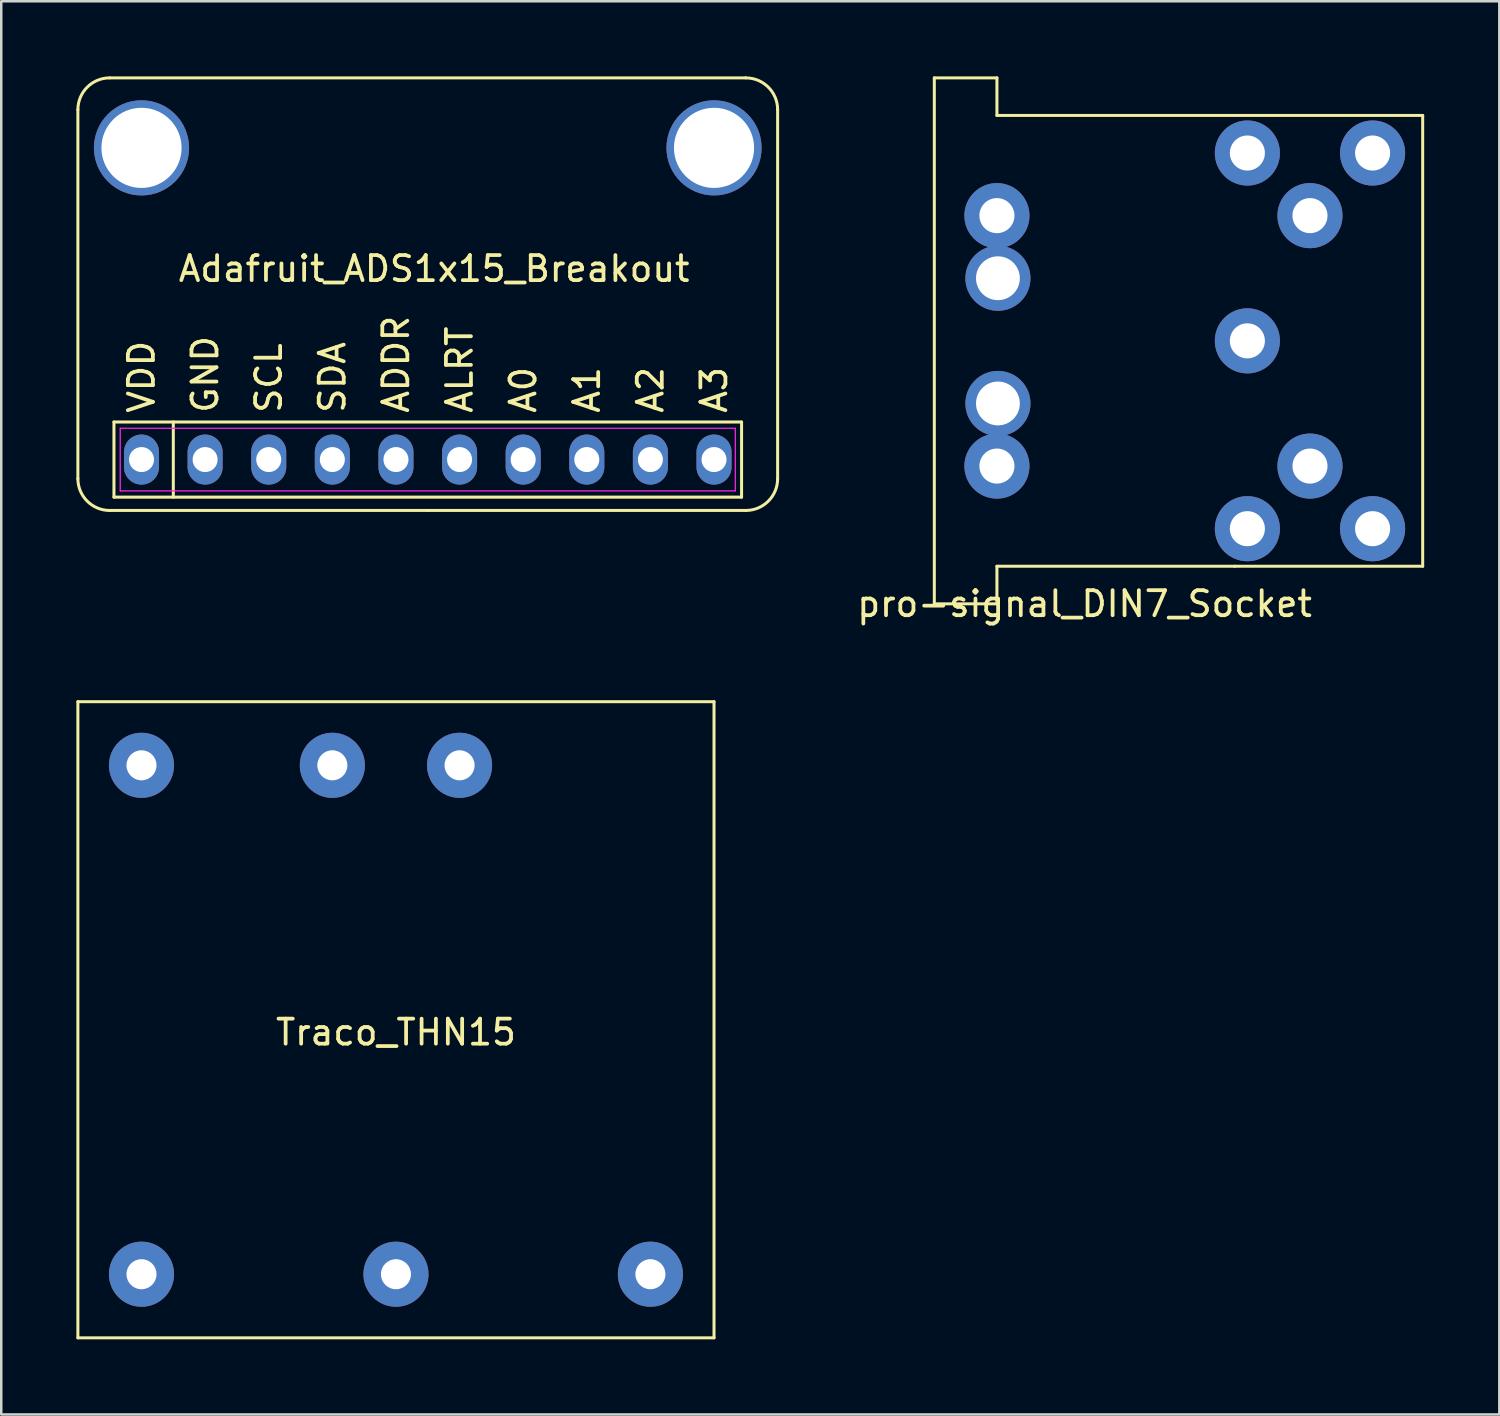
<source format=kicad_pcb>
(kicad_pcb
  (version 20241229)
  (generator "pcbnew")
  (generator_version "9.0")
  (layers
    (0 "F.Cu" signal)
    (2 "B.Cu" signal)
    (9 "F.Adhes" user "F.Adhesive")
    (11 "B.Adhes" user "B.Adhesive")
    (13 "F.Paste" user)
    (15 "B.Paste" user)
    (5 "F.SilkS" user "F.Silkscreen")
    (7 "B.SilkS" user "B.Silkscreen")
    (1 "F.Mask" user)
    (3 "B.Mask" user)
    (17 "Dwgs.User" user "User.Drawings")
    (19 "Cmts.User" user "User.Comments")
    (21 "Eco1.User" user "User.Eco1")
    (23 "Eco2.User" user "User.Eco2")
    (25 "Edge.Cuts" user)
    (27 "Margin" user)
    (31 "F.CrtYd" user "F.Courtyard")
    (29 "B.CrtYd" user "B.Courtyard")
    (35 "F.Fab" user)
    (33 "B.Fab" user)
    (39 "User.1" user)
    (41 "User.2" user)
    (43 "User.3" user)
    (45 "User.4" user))
  (footprint "pro-signal_DIN7_Socket"
    (layer "F.Cu")
    (at 34.256 10.56)
    (property "Reference" "pro-signal_DIN7_Socket" (at 6 10.5 0) (layer "F.SilkS") (effects (font (size 1 1) (thickness 0.15))))
    (attr through_hole)
    (fp_line (start 0 -10.5) (end 2.5 -10.5) (stroke (width 0.12) (type solid)) (layer "F.SilkS"))
    (fp_line (start 0 10.5) (end 0 -10.5) (stroke (width 0.12) (type solid)) (layer "F.SilkS"))
    (fp_line (start 2.5 -10.5) (end 2.5 -9) (stroke (width 0.12) (type solid)) (layer "F.SilkS"))
    (fp_line (start 2.5 -9) (end 19.5 -9) (stroke (width 0.12) (type solid)) (layer "F.SilkS"))
    (fp_line (start 2.5 9) (end 2.5 10.5) (stroke (width 0.12) (type solid)) (layer "F.SilkS"))
    (fp_line (start 2.5 10.5) (end 0 10.5) (stroke (width 0.12) (type solid)) (layer "F.SilkS"))
    (fp_line (start 12 9) (end 2.5 9) (stroke (width 0.12) (type solid)) (layer "F.SilkS"))
    (fp_line (start 19.5 -9) (end 19.5 9) (stroke (width 0.12) (type solid)) (layer "F.SilkS"))
    (fp_line (start 19.5 9) (end 12 9) (stroke (width 0.12) (type solid)) (layer "F.SilkS"))
    (pad "" thru_hole circle (at 2.5 -5) (size 2.6 2.6) (drill 1.4) (layers "*.Cu" "*.Mask"))
    (pad "" thru_hole circle (at 2.5 5) (size 2.6 2.6) (drill 1.4) (layers "*.Cu" "*.Mask"))
    (pad "" thru_hole circle (at 2.54 -2.5) (size 2.6 2.6) (drill 1.75) (layers "*.Cu" "*.Mask"))
    (pad "" thru_hole circle (at 2.54 2.5) (size 2.6 2.6) (drill 1.75) (layers "*.Cu" "*.Mask"))
    (pad "1" thru_hole circle (at 12.5 -7.5) (size 2.6 2.6) (drill 1.4) (layers "*.Cu" "*.Mask"))
    (pad "2" thru_hole circle (at 12.5 0) (size 2.6 2.6) (drill 1.4) (layers "*.Cu" "*.Mask"))
    (pad "3" thru_hole circle (at 12.5 7.5) (size 2.6 2.6) (drill 1.4) (layers "*.Cu" "*.Mask"))
    (pad "4" thru_hole circle (at 15 -5) (size 2.6 2.6) (drill 1.4) (layers "*.Cu" "*.Mask"))
    (pad "5" thru_hole circle (at 15 5) (size 2.6 2.6) (drill 1.4) (layers "*.Cu" "*.Mask"))
    (pad "6" thru_hole circle (at 17.5 -7.5) (size 2.6 2.6) (drill 1.4) (layers "*.Cu" "*.Mask"))
    (pad "7" thru_hole circle (at 17.5 7.5) (size 2.6 2.6) (drill 1.4) (layers "*.Cu" "*.Mask")))
  (footprint "Adafruit_ADS1x15_Breakout"
    (layer "F.Cu")
    (at 14.03 15.3)
    (property "Reference" "Adafruit_ADS1x15_Breakout" (at 0.254 -7.62 0) (layer "F.SilkS") (effects (font (size 1 1) (thickness 0.15))))
    (attr through_hole)
    (fp_line (start -13.97 0.762) (end -13.97 -13.97) (stroke (width 0.12) (type solid)) (layer "F.SilkS"))
    (fp_line (start -12.7 -15.24) (end 12.7 -15.24) (stroke (width 0.12) (type solid)) (layer "F.SilkS"))
    (fp_line (start -12.53 -1.5) (end 12.53 -1.5) (stroke (width 0.12) (type solid)) (layer "F.SilkS"))
    (fp_line (start -12.53 1.5) (end -12.53 -1.5) (stroke (width 0.12) (type solid)) (layer "F.SilkS"))
    (fp_line (start -10.16 -1.5) (end -10.16 1.5) (stroke (width 0.12) (type solid)) (layer "F.SilkS"))
    (fp_line (start 0 2.032) (end -12.7 2.032) (stroke (width 0.12) (type solid)) (layer "F.SilkS"))
    (fp_line (start 12.53 -1.5) (end 12.53 1.5) (stroke (width 0.12) (type solid)) (layer "F.SilkS"))
    (fp_line (start 12.53 1.5) (end -12.53 1.5) (stroke (width 0.12) (type solid)) (layer "F.SilkS"))
    (fp_line (start 12.7 2.032) (end 0 2.032) (stroke (width 0.12) (type solid)) (layer "F.SilkS"))
    (fp_line (start 13.97 -13.97) (end 13.97 0.762) (stroke (width 0.12) (type solid)) (layer "F.SilkS"))
    (fp_arc (start -13.97 -13.97) (mid -13.598026 -14.868026) (end -12.7 -15.24) (stroke (width 0.12) (type solid)) (layer "F.SilkS"))
    (fp_arc (start -12.7 2.032) (mid -13.598026 1.660026) (end -13.97 0.762) (stroke (width 0.12) (type solid)) (layer "F.SilkS"))
    (fp_arc (start 12.7 -15.24) (mid 13.598026 -14.868026) (end 13.97 -13.97) (stroke (width 0.12) (type solid)) (layer "F.SilkS"))
    (fp_arc (start 13.97 0.762) (mid 13.598026 1.660026) (end 12.7 2.032) (stroke (width 0.12) (type solid)) (layer "F.SilkS"))
    (fp_line (start -12.28 -1.25) (end 12.28 -1.25) (stroke (width 0.05) (type solid)) (layer "F.CrtYd"))
    (fp_line (start -12.28 1.25) (end -12.28 -1.25) (stroke (width 0.05) (type solid)) (layer "F.CrtYd"))
    (fp_line (start 12.28 -1.25) (end 12.28 1.25) (stroke (width 0.05) (type solid)) (layer "F.CrtYd"))
    (fp_line (start 12.28 1.25) (end -12.28 1.25) (stroke (width 0.05) (type solid)) (layer "F.CrtYd"))
    (fp_text user "A2" (at 8.89 -1.778 90) (layer "F.SilkS") (effects (font (size 1 1) (thickness 0.15)) (justify left)))
    (fp_text user "ADDR" (at -1.27 -1.778 90) (layer "F.SilkS") (effects (font (size 1 1) (thickness 0.15)) (justify left)))
    (fp_text user "A0" (at 3.81 -1.778 90) (layer "F.SilkS") (effects (font (size 1 1) (thickness 0.15)) (justify left)))
    (fp_text user "VDD" (at -11.43 -1.778 90) (layer "F.SilkS") (effects (font (size 1 1) (thickness 0.15)) (justify left)))
    (fp_text user "A1" (at 6.35 -1.778 90) (layer "F.SilkS") (effects (font (size 1 1) (thickness 0.15)) (justify left)))
    (fp_text user "GND" (at -8.89 -1.778 90) (layer "F.SilkS") (effects (font (size 1 1) (thickness 0.15)) (justify left)))
    (fp_text user "SCL" (at -6.35 -1.778 90) (layer "F.SilkS") (effects (font (size 1 1) (thickness 0.15)) (justify left)))
    (fp_text user "A3" (at 11.43 -1.778 90) (layer "F.SilkS") (effects (font (size 1 1) (thickness 0.15)) (justify left)))
    (fp_text user "SDA" (at -3.81 -1.778 90) (layer "F.SilkS") (effects (font (size 1 1) (thickness 0.15)) (justify left)))
    (fp_text user "ALRT" (at 1.27 -1.778 90) (layer "F.SilkS") (effects (font (size 1 1) (thickness 0.15)) (justify left)))
    (pad "" thru_hole circle (at -11.43 -12.446) (size 3.8 3.8) (drill 3.2) (layers "*.Cu" "*.Mask"))
    (pad "" thru_hole circle (at 11.43 -12.446) (size 3.8 3.8) (drill 3.2) (layers "*.Cu" "*.Mask"))
    (pad "1" thru_hole oval (at -1.27 0) (size 1.4 2) (drill 1) (layers "*.Cu" "*.Mask"))
    (pad "2" thru_hole oval (at 1.27 0) (size 1.4 2) (drill 1) (layers "*.Cu" "*.Mask"))
    (pad "3" thru_hole oval (at -8.89 0) (size 1.4 2) (drill 1) (layers "*.Cu" "*.Mask"))
    (pad "4" thru_hole oval (at 3.81 0) (size 1.4 2) (drill 1) (layers "*.Cu" "*.Mask"))
    (pad "5" thru_hole oval (at 6.35 0) (size 1.4 2) (drill 1) (layers "*.Cu" "*.Mask"))
    (pad "6" thru_hole oval (at 8.89 0) (size 1.4 2) (drill 1) (layers "*.Cu" "*.Mask"))
    (pad "7" thru_hole oval (at 11.43 0) (size 1.4 2) (drill 1) (layers "*.Cu" "*.Mask"))
    (pad "8" thru_hole oval (at -11.43 0) (size 1.4 2) (drill 1) (layers "*.Cu" "*.Mask"))
    (pad "9" thru_hole oval (at -3.81 0) (size 1.4 2) (drill 1) (layers "*.Cu" "*.Mask"))
    (pad "10" thru_hole oval (at -6.35 0) (size 1.4 2) (drill 1) (layers "*.Cu" "*.Mask")))
  (footprint "Traco_THN15"
    (layer "F.Cu")
    (at 12.76 37.668)
    (property "Reference" "Traco_THN15" (at 0 0.5 0) (layer "F.SilkS") (effects (font (size 1 1) (thickness 0.15))))
    (attr through_hole)
    (fp_line (start -12.7 -12.7) (end 12.7 -12.7) (stroke (width 0.12) (type solid)) (layer "F.SilkS"))
    (fp_line (start -12.7 12.7) (end -12.7 -12.7) (stroke (width 0.12) (type solid)) (layer "F.SilkS"))
    (fp_line (start 12.7 -12.7) (end 12.7 12.7) (stroke (width 0.12) (type solid)) (layer "F.SilkS"))
    (fp_line (start 12.7 12.7) (end -12.7 12.7) (stroke (width 0.12) (type solid)) (layer "F.SilkS"))
    (pad "1" thru_hole circle (at 2.54 -10.16) (size 2.6 2.6) (drill 1.2) (layers "*.Cu" "*.Mask"))
    (pad "2" thru_hole circle (at -2.54 -10.16) (size 2.6 2.6) (drill 1.2) (layers "*.Cu" "*.Mask"))
    (pad "3" thru_hole circle (at 10.16 10.16) (size 2.6 2.6) (drill 1.2) (layers "*.Cu" "*.Mask"))
    (pad "4" thru_hole circle (at 0 10.16) (size 2.6 2.6) (drill 1.2) (layers "*.Cu" "*.Mask"))
    (pad "5" thru_hole circle (at -10.16 10.16) (size 2.6 2.6) (drill 1.2) (layers "*.Cu" "*.Mask"))
    (pad "6" thru_hole circle (at -10.16 -10.16) (size 2.6 2.6) (drill 1.2) (layers "*.Cu" "*.Mask")))
  (gr_rect
    (start -3 -3)
    (end 56.816 53.428)
    (stroke (width 0.1) (type default))
    (fill no)
    (layer "Edge.Cuts")))
</source>
